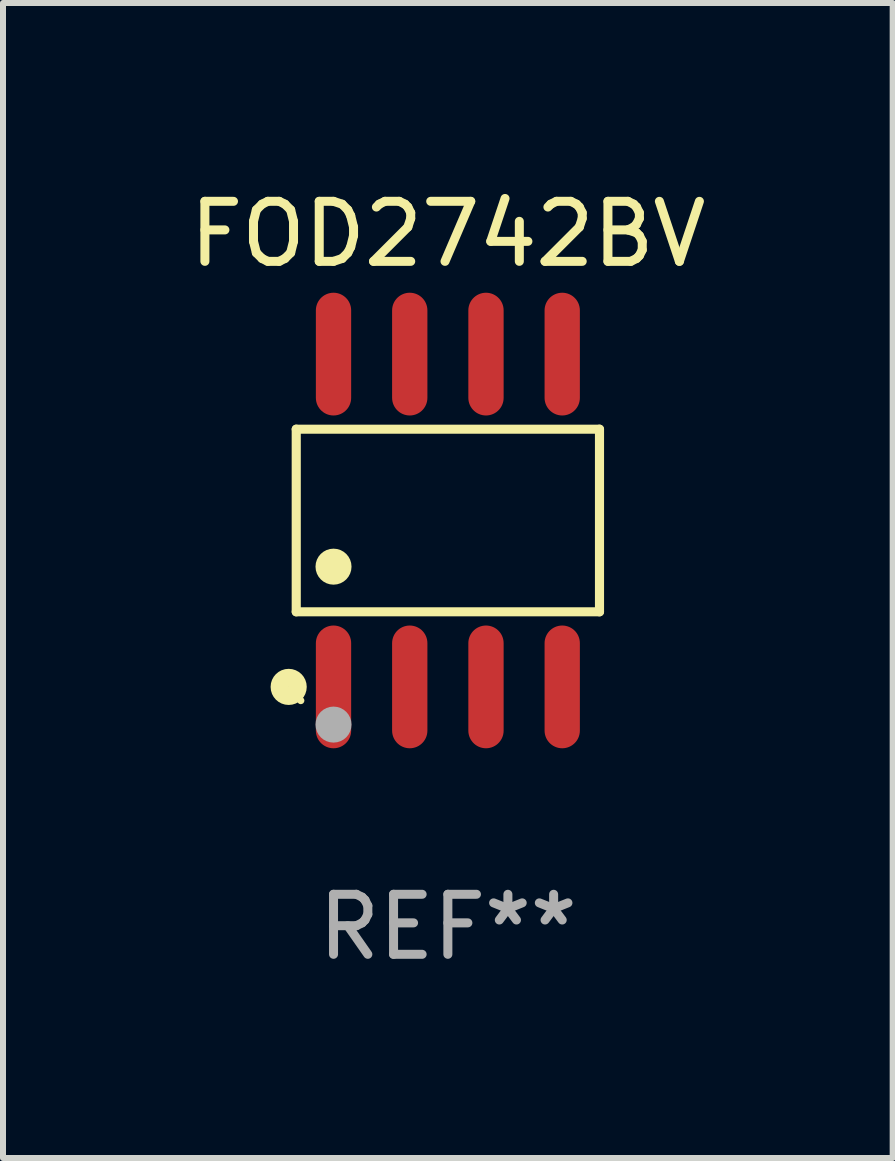
<source format=kicad_pcb>
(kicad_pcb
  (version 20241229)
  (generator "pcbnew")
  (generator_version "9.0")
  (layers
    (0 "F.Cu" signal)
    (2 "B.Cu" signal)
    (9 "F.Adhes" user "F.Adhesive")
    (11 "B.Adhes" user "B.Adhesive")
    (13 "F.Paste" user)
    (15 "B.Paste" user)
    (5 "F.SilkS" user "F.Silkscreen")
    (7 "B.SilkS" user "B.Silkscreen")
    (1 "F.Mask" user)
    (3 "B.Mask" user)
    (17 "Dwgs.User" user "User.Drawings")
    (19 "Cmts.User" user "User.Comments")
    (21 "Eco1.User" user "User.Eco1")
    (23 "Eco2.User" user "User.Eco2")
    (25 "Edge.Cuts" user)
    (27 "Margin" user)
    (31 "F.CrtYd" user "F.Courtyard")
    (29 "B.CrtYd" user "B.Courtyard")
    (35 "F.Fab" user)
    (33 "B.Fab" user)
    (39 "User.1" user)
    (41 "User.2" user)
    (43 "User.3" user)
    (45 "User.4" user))
  (footprint "FOD2742BV"
    (layer "F.Cu")
    (at 4.411 5.621)
    (property "Reference" "FOD2742BV" (at 0 -4.772 0) (layer "F.SilkS") (effects (font (size 1 1) (thickness 0.15))))
    (attr through_hole)
    (fp_line (start -2.526 -1.521) (end 2.526 -1.521) (stroke (width 0.152) (type solid)) (layer "F.SilkS"))
    (fp_line (start -2.526 1.521) (end -2.526 -1.521) (stroke (width 0.152) (type solid)) (layer "F.SilkS"))
    (fp_line (start 2.526 -1.521) (end 2.526 1.521) (stroke (width 0.152) (type solid)) (layer "F.SilkS"))
    (fp_line (start 2.526 1.521) (end -2.526 1.521) (stroke (width 0.152) (type solid)) (layer "F.SilkS"))
    (fp_circle (center -2.652 2.772) (end -2.501 2.772) (stroke (width 0.3) (type solid)) (fill no) (layer "F.SilkS"))
    (fp_circle (center -2.45 3) (end -2.42 3) (stroke (width 0.06) (type solid)) (fill no) (layer "F.SilkS"))
    (fp_circle (center -1.905 0.769) (end -1.755 0.769) (stroke (width 0.3) (type solid)) (fill no) (layer "F.SilkS"))
    (fp_circle (center -1.905 3.4) (end -1.755 3.4) (stroke (width 0.3) (type solid)) (fill no) (layer "F.Fab"))
    (fp_text user "REF**" (at 0 6.772 0) (layer "F.Fab") (effects (font (size 1 1) (thickness 0.15))))
    (pad "1" smd oval (at -1.905 2.772) (size 0.588 2.045) (layers "F.Cu" "F.Mask" "F.Paste"))
    (pad "2" smd oval (at -0.635 2.772) (size 0.588 2.045) (layers "F.Cu" "F.Mask" "F.Paste"))
    (pad "3" smd oval (at 0.635 2.772) (size 0.588 2.045) (layers "F.Cu" "F.Mask" "F.Paste"))
    (pad "4" smd oval (at 1.905 2.772) (size 0.588 2.045) (layers "F.Cu" "F.Mask" "F.Paste"))
    (pad "5" smd oval (at 1.905 -2.772) (size 0.588 2.045) (layers "F.Cu" "F.Mask" "F.Paste"))
    (pad "6" smd oval (at 0.635 -2.772) (size 0.588 2.045) (layers "F.Cu" "F.Mask" "F.Paste"))
    (pad "7" smd oval (at -0.635 -2.772) (size 0.588 2.045) (layers "F.Cu" "F.Mask" "F.Paste"))
    (pad "8" smd oval (at -1.905 -2.772) (size 0.588 2.045) (layers "F.Cu" "F.Mask" "F.Paste")))
  (gr_rect
    (start -3 -3)
    (end 11.821 16.241)
    (stroke (width 0.1) (type default))
    (fill no)
    (layer "Edge.Cuts")))
</source>
